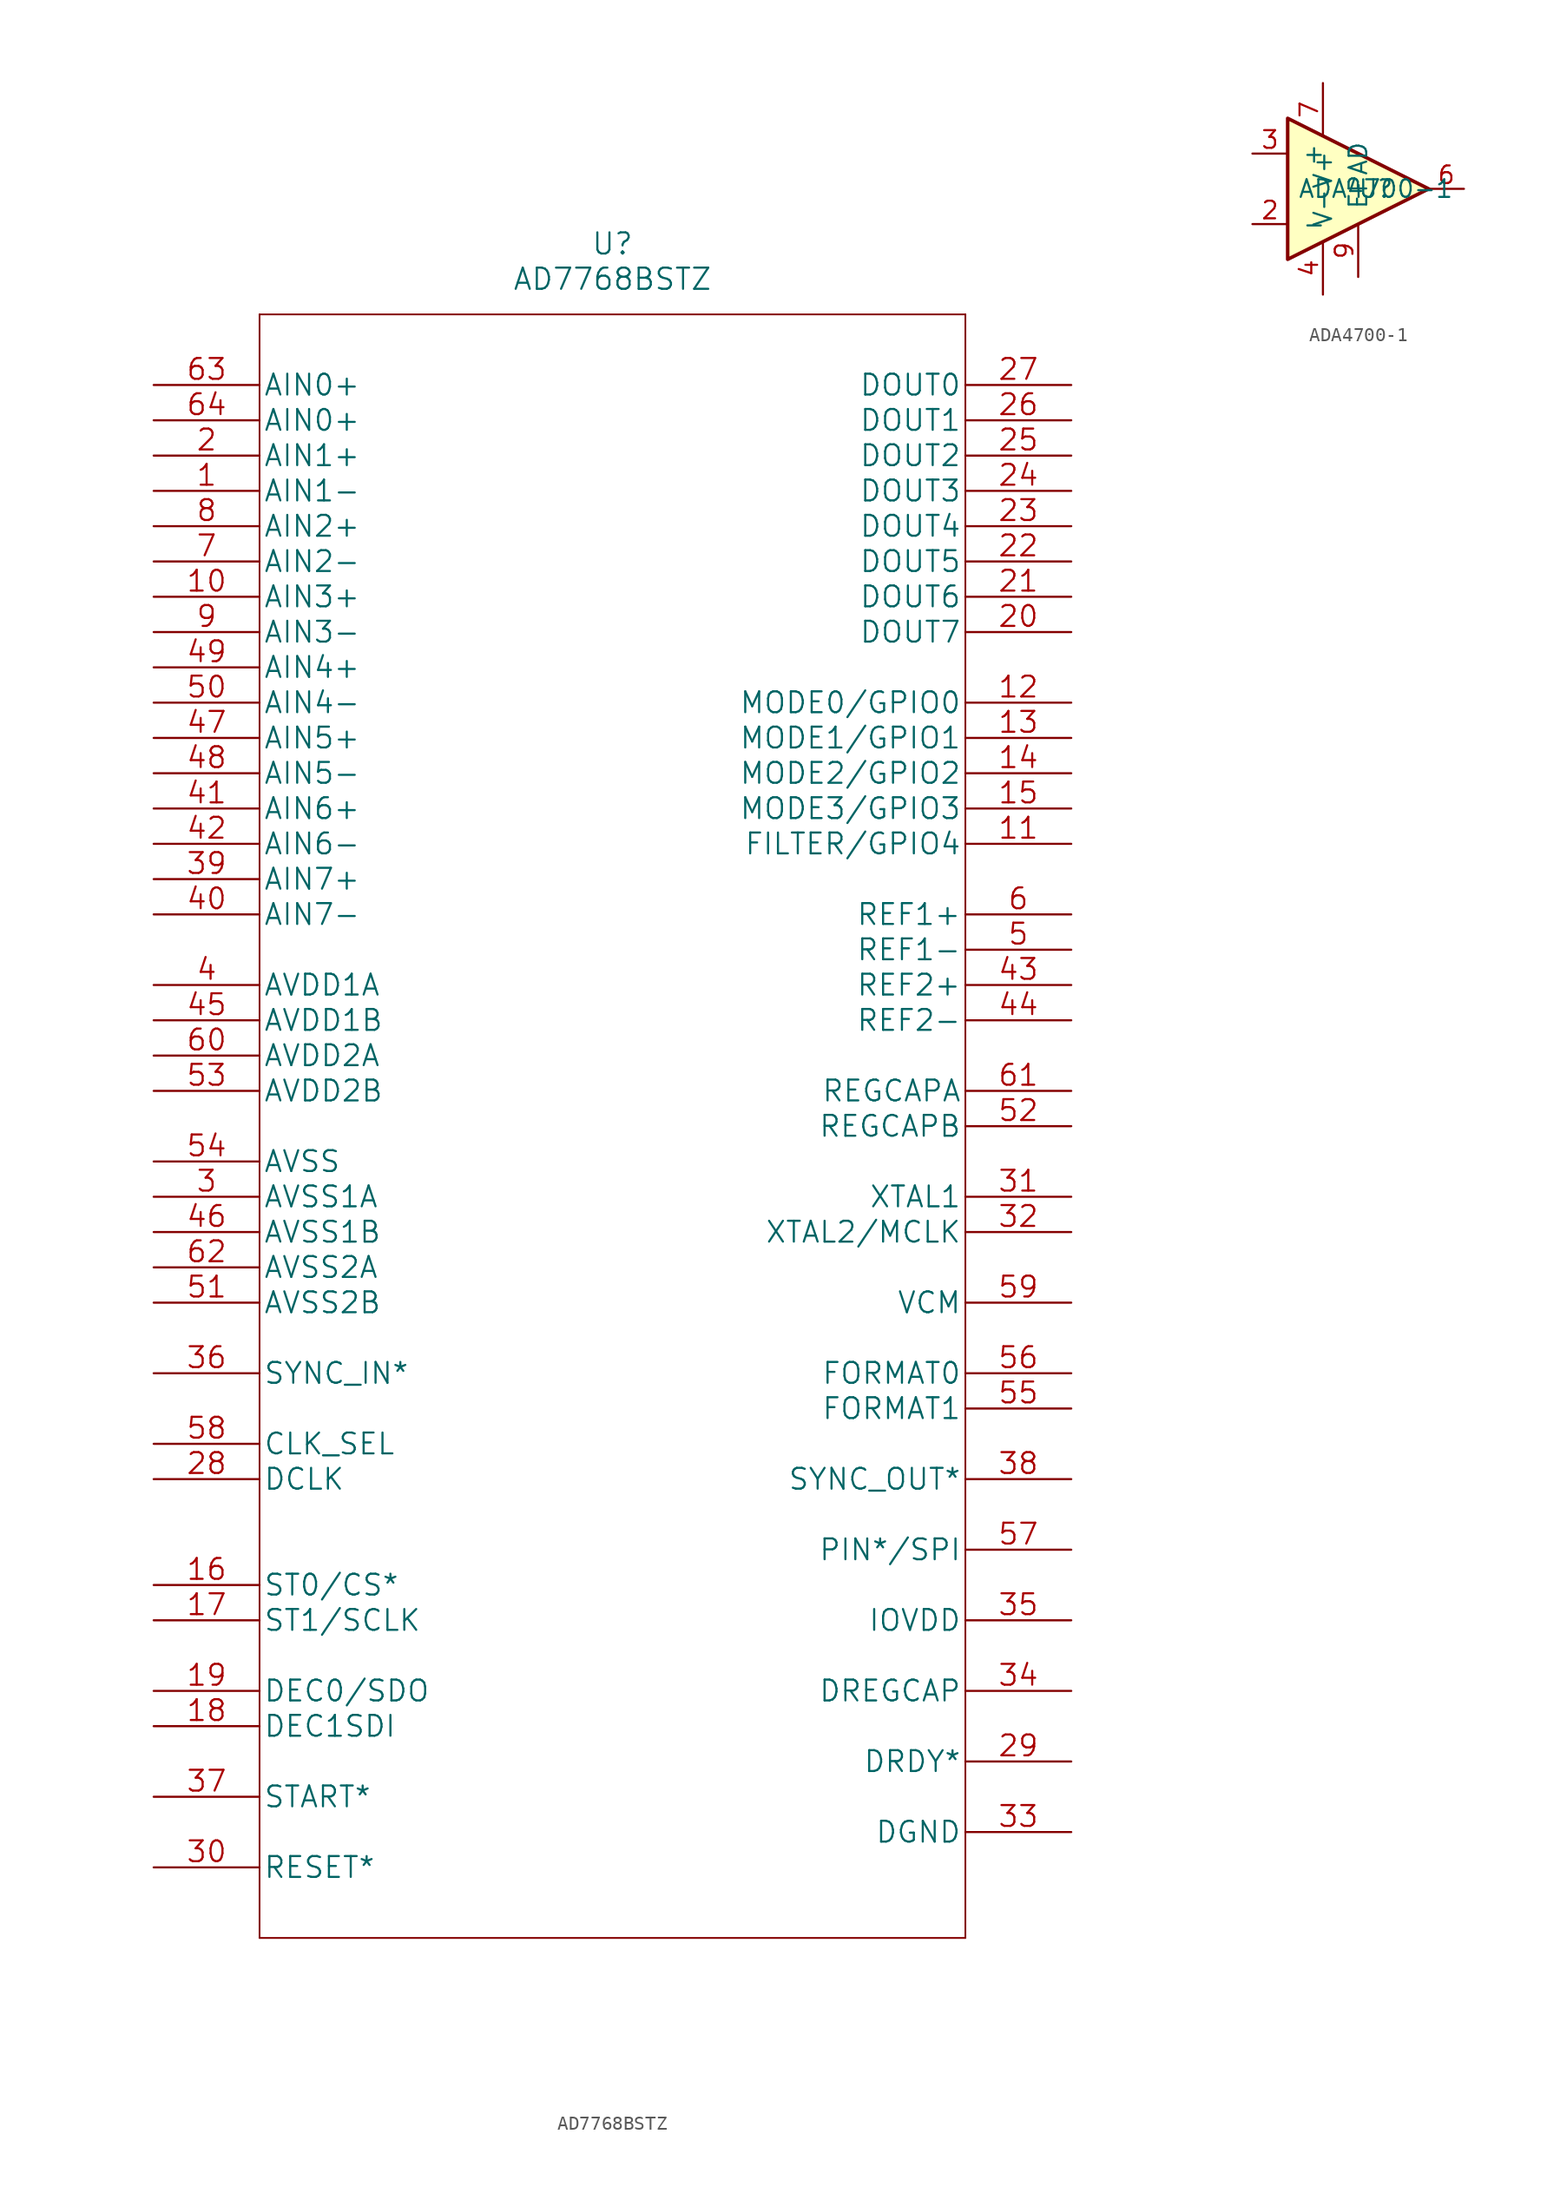
<source format=kicad_sym>
(kicad_symbol_lib
  (version 20211014)
  (generator kicad_symbol_editor)
  (symbol "AD7768BSTZ"
    (pin_names
      (offset 0.254))
    (property "Reference" "U"
      (at 33.02 10.16 0)
      (effects (font (size 1.524 1.524))))
    (property "Value" "AD7768BSTZ"
      (at 33.02 7.62 0)
      (effects (font (size 1.524 1.524))))
    (property "Datasheet" ""
      (at 0 0 0)
      (effects (font (size 1.524 1.524))))
    (property "ki_locked" ""
      (at 0 0 0)
      (effects (font (size 1.27 1.27))))
    (symbol "AD7768BSTZ_1_1"
      (polyline (pts (xy 7.62 -111.76) (xy 58.42 -111.76)) (stroke (width 0.127) (type default) (color 0 0 0 0)) (fill (type none)))
      (polyline (pts (xy 7.62 5.08) (xy 7.62 -111.76)) (stroke (width 0.127) (type default) (color 0 0 0 0)) (fill (type none)))
      (polyline (pts (xy 58.42 -111.76) (xy 58.42 5.08)) (stroke (width 0.127) (type default) (color 0 0 0 0)) (fill (type none)))
      (polyline (pts (xy 58.42 5.08) (xy 7.62 5.08)) (stroke (width 0.127) (type default) (color 0 0 0 0)) (fill (type none)))
      (pin passive line (at 0 -7.62 0) (length 7.62) (name "AIN1-" (effects (font (size 1.499 1.499)))) (number "1" (effects (font (size 1.499 1.499)))))
      (pin passive line (at 0 -15.24 0) (length 7.62) (name "AIN3+" (effects (font (size 1.499 1.499)))) (number "10" (effects (font (size 1.499 1.499)))))
      (pin passive line (at 66.04 -33.02 180) (length 7.62) (name "FILTER/GPIO4" (effects (font (size 1.499 1.499)))) (number "11" (effects (font (size 1.499 1.499)))))
      (pin passive line (at 66.04 -22.86 180) (length 7.62) (name "MODE0/GPIO0" (effects (font (size 1.499 1.499)))) (number "12" (effects (font (size 1.499 1.499)))))
      (pin passive line (at 66.04 -25.4 180) (length 7.62) (name "MODE1/GPIO1" (effects (font (size 1.499 1.499)))) (number "13" (effects (font (size 1.499 1.499)))))
      (pin passive line (at 66.04 -27.94 180) (length 7.62) (name "MODE2/GPIO2" (effects (font (size 1.499 1.499)))) (number "14" (effects (font (size 1.499 1.499)))))
      (pin passive line (at 66.04 -30.48 180) (length 7.62) (name "MODE3/GPIO3" (effects (font (size 1.499 1.499)))) (number "15" (effects (font (size 1.499 1.499)))))
      (pin passive line (at 0 -86.36 0) (length 7.62) (name "ST0/CS*" (effects (font (size 1.499 1.499)))) (number "16" (effects (font (size 1.499 1.499)))))
      (pin passive line (at 0 -88.9 0) (length 7.62) (name "ST1/SCLK" (effects (font (size 1.499 1.499)))) (number "17" (effects (font (size 1.499 1.499)))))
      (pin passive line (at 0 -96.52 0) (length 7.62) (name "DEC1SDI" (effects (font (size 1.499 1.499)))) (number "18" (effects (font (size 1.499 1.499)))))
      (pin passive line (at 0 -93.98 0) (length 7.62) (name "DEC0/SDO" (effects (font (size 1.499 1.499)))) (number "19" (effects (font (size 1.499 1.499)))))
      (pin passive line (at 0 -5.08 0) (length 7.62) (name "AIN1+" (effects (font (size 1.499 1.499)))) (number "2" (effects (font (size 1.499 1.499)))))
      (pin passive line (at 66.04 -17.78 180) (length 7.62) (name "DOUT7" (effects (font (size 1.499 1.499)))) (number "20" (effects (font (size 1.499 1.499)))))
      (pin passive line (at 66.04 -15.24 180) (length 7.62) (name "DOUT6" (effects (font (size 1.499 1.499)))) (number "21" (effects (font (size 1.499 1.499)))))
      (pin passive line (at 66.04 -12.7 180) (length 7.62) (name "DOUT5" (effects (font (size 1.499 1.499)))) (number "22" (effects (font (size 1.499 1.499)))))
      (pin passive line (at 66.04 -10.16 180) (length 7.62) (name "DOUT4" (effects (font (size 1.499 1.499)))) (number "23" (effects (font (size 1.499 1.499)))))
      (pin passive line (at 66.04 -7.62 180) (length 7.62) (name "DOUT3" (effects (font (size 1.499 1.499)))) (number "24" (effects (font (size 1.499 1.499)))))
      (pin passive line (at 66.04 -5.08 180) (length 7.62) (name "DOUT2" (effects (font (size 1.499 1.499)))) (number "25" (effects (font (size 1.499 1.499)))))
      (pin passive line (at 66.04 -2.54 180) (length 7.62) (name "DOUT1" (effects (font (size 1.499 1.499)))) (number "26" (effects (font (size 1.499 1.499)))))
      (pin passive line (at 66.04 0 180) (length 7.62) (name "DOUT0" (effects (font (size 1.499 1.499)))) (number "27" (effects (font (size 1.499 1.499)))))
      (pin passive line (at 0 -78.74 0) (length 7.62) (name "DCLK" (effects (font (size 1.499 1.499)))) (number "28" (effects (font (size 1.499 1.499)))))
      (pin passive line (at 66.04 -99.06 180) (length 7.62) (name "DRDY*" (effects (font (size 1.499 1.499)))) (number "29" (effects (font (size 1.499 1.499)))))
      (pin passive line (at 0 -58.42 0) (length 7.62) (name "AVSS1A" (effects (font (size 1.499 1.499)))) (number "3" (effects (font (size 1.499 1.499)))))
      (pin passive line (at 0 -106.68 0) (length 7.62) (name "RESET*" (effects (font (size 1.499 1.499)))) (number "30" (effects (font (size 1.499 1.499)))))
      (pin passive line (at 66.04 -58.42 180) (length 7.62) (name "XTAL1" (effects (font (size 1.499 1.499)))) (number "31" (effects (font (size 1.499 1.499)))))
      (pin passive line (at 66.04 -60.96 180) (length 7.62) (name "XTAL2/MCLK" (effects (font (size 1.499 1.499)))) (number "32" (effects (font (size 1.499 1.499)))))
      (pin passive line (at 66.04 -104.14 180) (length 7.62) (name "DGND" (effects (font (size 1.499 1.499)))) (number "33" (effects (font (size 1.499 1.499)))))
      (pin passive line (at 66.04 -93.98 180) (length 7.62) (name "DREGCAP" (effects (font (size 1.499 1.499)))) (number "34" (effects (font (size 1.499 1.499)))))
      (pin passive line (at 66.04 -88.9 180) (length 7.62) (name "IOVDD" (effects (font (size 1.499 1.499)))) (number "35" (effects (font (size 1.499 1.499)))))
      (pin passive line (at 0 -71.12 0) (length 7.62) (name "SYNC_IN*" (effects (font (size 1.499 1.499)))) (number "36" (effects (font (size 1.499 1.499)))))
      (pin passive line (at 0 -101.6 0) (length 7.62) (name "START*" (effects (font (size 1.499 1.499)))) (number "37" (effects (font (size 1.499 1.499)))))
      (pin passive line (at 66.04 -78.74 180) (length 7.62) (name "SYNC_OUT*" (effects (font (size 1.499 1.499)))) (number "38" (effects (font (size 1.499 1.499)))))
      (pin passive line (at 0 -35.56 0) (length 7.62) (name "AIN7+" (effects (font (size 1.499 1.499)))) (number "39" (effects (font (size 1.499 1.499)))))
      (pin passive line (at 0 -43.18 0) (length 7.62) (name "AVDD1A" (effects (font (size 1.499 1.499)))) (number "4" (effects (font (size 1.499 1.499)))))
      (pin passive line (at 0 -38.1 0) (length 7.62) (name "AIN7-" (effects (font (size 1.499 1.499)))) (number "40" (effects (font (size 1.499 1.499)))))
      (pin passive line (at 0 -30.48 0) (length 7.62) (name "AIN6+" (effects (font (size 1.499 1.499)))) (number "41" (effects (font (size 1.499 1.499)))))
      (pin passive line (at 0 -33.02 0) (length 7.62) (name "AIN6-" (effects (font (size 1.499 1.499)))) (number "42" (effects (font (size 1.499 1.499)))))
      (pin passive line (at 66.04 -43.18 180) (length 7.62) (name "REF2+" (effects (font (size 1.499 1.499)))) (number "43" (effects (font (size 1.499 1.499)))))
      (pin passive line (at 66.04 -45.72 180) (length 7.62) (name "REF2-" (effects (font (size 1.499 1.499)))) (number "44" (effects (font (size 1.499 1.499)))))
      (pin passive line (at 0 -45.72 0) (length 7.62) (name "AVDD1B" (effects (font (size 1.499 1.499)))) (number "45" (effects (font (size 1.499 1.499)))))
      (pin passive line (at 0 -60.96 0) (length 7.62) (name "AVSS1B" (effects (font (size 1.499 1.499)))) (number "46" (effects (font (size 1.499 1.499)))))
      (pin passive line (at 0 -25.4 0) (length 7.62) (name "AIN5+" (effects (font (size 1.499 1.499)))) (number "47" (effects (font (size 1.499 1.499)))))
      (pin passive line (at 0 -27.94 0) (length 7.62) (name "AIN5-" (effects (font (size 1.499 1.499)))) (number "48" (effects (font (size 1.499 1.499)))))
      (pin passive line (at 0 -20.32 0) (length 7.62) (name "AIN4+" (effects (font (size 1.499 1.499)))) (number "49" (effects (font (size 1.499 1.499)))))
      (pin passive line (at 66.04 -40.64 180) (length 7.62) (name "REF1-" (effects (font (size 1.499 1.499)))) (number "5" (effects (font (size 1.499 1.499)))))
      (pin passive line (at 0 -22.86 0) (length 7.62) (name "AIN4-" (effects (font (size 1.499 1.499)))) (number "50" (effects (font (size 1.499 1.499)))))
      (pin passive line (at 0 -66.04 0) (length 7.62) (name "AVSS2B" (effects (font (size 1.499 1.499)))) (number "51" (effects (font (size 1.499 1.499)))))
      (pin passive line (at 66.04 -53.34 180) (length 7.62) (name "REGCAPB" (effects (font (size 1.499 1.499)))) (number "52" (effects (font (size 1.499 1.499)))))
      (pin passive line (at 0 -50.8 0) (length 7.62) (name "AVDD2B" (effects (font (size 1.499 1.499)))) (number "53" (effects (font (size 1.499 1.499)))))
      (pin passive line (at 0 -55.88 0) (length 7.62) (name "AVSS" (effects (font (size 1.499 1.499)))) (number "54" (effects (font (size 1.499 1.499)))))
      (pin passive line (at 66.04 -73.66 180) (length 7.62) (name "FORMAT1" (effects (font (size 1.499 1.499)))) (number "55" (effects (font (size 1.499 1.499)))))
      (pin passive line (at 66.04 -71.12 180) (length 7.62) (name "FORMAT0" (effects (font (size 1.499 1.499)))) (number "56" (effects (font (size 1.499 1.499)))))
      (pin passive line (at 66.04 -83.82 180) (length 7.62) (name "PIN*/SPI" (effects (font (size 1.499 1.499)))) (number "57" (effects (font (size 1.499 1.499)))))
      (pin passive line (at 0 -76.2 0) (length 7.62) (name "CLK_SEL" (effects (font (size 1.499 1.499)))) (number "58" (effects (font (size 1.499 1.499)))))
      (pin passive line (at 66.04 -66.04 180) (length 7.62) (name "VCM" (effects (font (size 1.499 1.499)))) (number "59" (effects (font (size 1.499 1.499)))))
      (pin passive line (at 66.04 -38.1 180) (length 7.62) (name "REF1+" (effects (font (size 1.499 1.499)))) (number "6" (effects (font (size 1.499 1.499)))))
      (pin passive line (at 0 -48.26 0) (length 7.62) (name "AVDD2A" (effects (font (size 1.499 1.499)))) (number "60" (effects (font (size 1.499 1.499)))))
      (pin passive line (at 66.04 -50.8 180) (length 7.62) (name "REGCAPA" (effects (font (size 1.499 1.499)))) (number "61" (effects (font (size 1.499 1.499)))))
      (pin passive line (at 0 -63.5 0) (length 7.62) (name "AVSS2A" (effects (font (size 1.499 1.499)))) (number "62" (effects (font (size 1.499 1.499)))))
      (pin passive line (at 0 0 0) (length 7.62) (name "AIN0+" (effects (font (size 1.499 1.499)))) (number "63" (effects (font (size 1.499 1.499)))))
      (pin passive line (at 0 -2.54 0) (length 7.62) (name "AIN0+" (effects (font (size 1.499 1.499)))) (number "64" (effects (font (size 1.499 1.499)))))
      (pin passive line (at 0 -12.7 0) (length 7.62) (name "AIN2-" (effects (font (size 1.499 1.499)))) (number "7" (effects (font (size 1.499 1.499)))))
      (pin passive line (at 0 -10.16 0) (length 7.62) (name "AIN2+" (effects (font (size 1.499 1.499)))) (number "8" (effects (font (size 1.499 1.499)))))
      (pin passive line (at 0 -17.78 0) (length 7.62) (name "AIN3-" (effects (font (size 1.499 1.499)))) (number "9" (effects (font (size 1.499 1.499)))))))
  (symbol "ADA4700-1"
    (pin_names
      (offset 1.016))
    (property "Reference" "U"
      (at 1.27 0 0)
      (effects (font (size 1.27 1.27))))
    (property "Value" "ADA4700-1"
      (at 1.27 0 0)
      (effects (font (size 1.27 1.27))))
    (symbol "ADA4700-1_1_1"
      (polyline (pts (xy -5.08 5.08) (xy 5.08 0) (xy -5.08 -5.08) (xy -5.08 5.08)) (stroke (width 0.254) (type default) (color 0 0 0 0)) (fill (type background)))
      (pin no_connect line (at -5.08 -2.54 90) (length 2.54) hide (name "NC" (effects (font (size 1.27 1.27)))) (number "1" (effects (font (size 1.27 1.27)))))
      (pin input line (at -7.62 -2.54 0) (length 2.54) (name "-" (effects (font (size 1.27 1.27)))) (number "2" (effects (font (size 1.27 1.27)))))
      (pin input line (at -7.62 2.54 0) (length 2.54) (name "+" (effects (font (size 1.27 1.27)))) (number "3" (effects (font (size 1.27 1.27)))))
      (pin power_in line (at -2.54 -7.62 90) (length 3.81) (name "V-" (effects (font (size 1.27 1.27)))) (number "4" (effects (font (size 1.27 1.27)))))
      (pin no_connect line (at -2.54 -2.54 90) (length 2.54) hide (name "NC" (effects (font (size 1.27 1.27)))) (number "5" (effects (font (size 1.27 1.27)))))
      (pin output line (at 7.62 0 180) (length 2.54) (name "~" (effects (font (size 1.27 1.27)))) (number "6" (effects (font (size 1.27 1.27)))))
      (pin power_in line (at -2.54 7.62 270) (length 3.81) (name "V+" (effects (font (size 1.27 1.27)))) (number "7" (effects (font (size 1.27 1.27)))))
      (pin no_connect line (at 0 -2.54 90) (length 2.54) hide (name "NC" (effects (font (size 1.27 1.27)))) (number "8" (effects (font (size 1.27 1.27)))))
      (pin power_in line (at 0 -6.35 90) (length 3.81) (name "EPAD" (effects (font (size 1.27 1.27)))) (number "9" (effects (font (size 1.27 1.27))))))))
</source>
